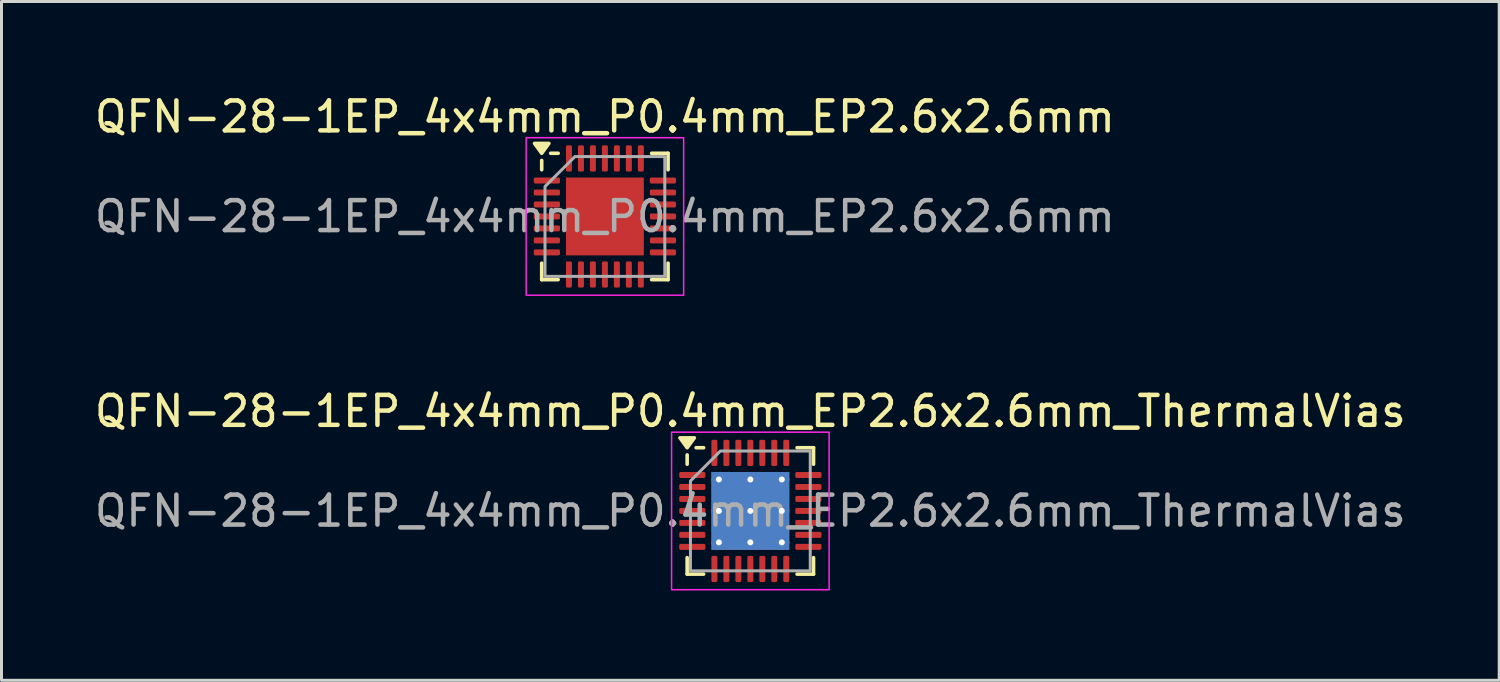
<source format=kicad_pcb>
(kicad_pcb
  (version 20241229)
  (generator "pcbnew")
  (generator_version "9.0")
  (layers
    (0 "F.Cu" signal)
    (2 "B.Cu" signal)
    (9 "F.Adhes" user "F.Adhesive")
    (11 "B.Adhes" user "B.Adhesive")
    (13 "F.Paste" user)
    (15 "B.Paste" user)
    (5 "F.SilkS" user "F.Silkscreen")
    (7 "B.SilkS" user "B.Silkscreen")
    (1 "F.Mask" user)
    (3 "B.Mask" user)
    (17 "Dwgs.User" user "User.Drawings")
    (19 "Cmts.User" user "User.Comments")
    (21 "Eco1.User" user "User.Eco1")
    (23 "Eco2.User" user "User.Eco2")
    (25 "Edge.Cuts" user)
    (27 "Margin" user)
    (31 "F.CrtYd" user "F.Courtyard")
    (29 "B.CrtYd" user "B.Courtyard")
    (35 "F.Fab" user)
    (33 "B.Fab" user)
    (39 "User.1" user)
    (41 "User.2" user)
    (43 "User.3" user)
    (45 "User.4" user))
  (footprint "QFN-28-1EP_4x4mm_P0.4mm_EP2.6x2.6mm_ThermalVias"
    (layer "F.Cu")
    (at 22.006 14.011)
    (property "Reference" "QFN-28-1EP_4x4mm_P0.4mm_EP2.6x2.6mm_ThermalVias" (at 0 -3.33 0) (layer "F.SilkS") (effects (font (size 1 1) (thickness 0.15))))
    (attr smd)
    (fp_line (start -2.11 -1.56) (end -2.11 -1.87) (stroke (width 0.12) (type solid)) (layer "F.SilkS"))
    (fp_line (start -2.11 2.11) (end -2.11 1.56) (stroke (width 0.12) (type solid)) (layer "F.SilkS"))
    (fp_line (start -1.56 -2.11) (end -1.81 -2.11) (stroke (width 0.12) (type solid)) (layer "F.SilkS"))
    (fp_line (start -1.56 2.11) (end -2.11 2.11) (stroke (width 0.12) (type solid)) (layer "F.SilkS"))
    (fp_line (start 1.56 -2.11) (end 2.11 -2.11) (stroke (width 0.12) (type solid)) (layer "F.SilkS"))
    (fp_line (start 1.56 2.11) (end 2.11 2.11) (stroke (width 0.12) (type solid)) (layer "F.SilkS"))
    (fp_line (start 2.11 -2.11) (end 2.11 -1.56) (stroke (width 0.12) (type solid)) (layer "F.SilkS"))
    (fp_line (start 2.11 2.11) (end 2.11 1.56) (stroke (width 0.12) (type solid)) (layer "F.SilkS"))
    (fp_poly (pts (xy -2.11 -2.11) (xy -2.35 -2.44) (xy -1.87 -2.44)) (stroke (width 0.12) (type solid)) (fill yes) (layer "F.SilkS"))
    (fp_rect (start -2.63 -2.63) (end 2.63 2.63) (stroke (width 0.05) (type solid)) (fill no) (layer "F.CrtYd"))
    (fp_poly (pts (xy -2 -1) (xy -2 2) (xy 2 2) (xy 2 -2) (xy -1 -2)) (stroke (width 0.1) (type solid)) (fill no) (layer "F.Fab"))
    (fp_text user "${REFERENCE}" (at 0 0 0) (layer "F.Fab") (effects (font (size 1 1) (thickness 0.15))))
    (pad "" smd roundrect (at -0.65 -0.65) (size 1.13 1.13) (layers "F.Paste") (roundrect_rratio 0.221))
    (pad "" smd roundrect (at -0.65 0.65) (size 1.13 1.13) (layers "F.Paste") (roundrect_rratio 0.221))
    (pad "" smd roundrect (at 0.65 -0.65) (size 1.13 1.13) (layers "F.Paste") (roundrect_rratio 0.221))
    (pad "" smd roundrect (at 0.65 0.65) (size 1.13 1.13) (layers "F.Paste") (roundrect_rratio 0.221))
    (pad "1" smd roundrect (at -1.938 -1.2) (size 0.875 0.2) (layers "F.Cu" "F.Mask" "F.Paste") (roundrect_rratio 0.25))
    (pad "2" smd roundrect (at -1.938 -0.8) (size 0.875 0.2) (layers "F.Cu" "F.Mask" "F.Paste") (roundrect_rratio 0.25))
    (pad "3" smd roundrect (at -1.938 -0.4) (size 0.875 0.2) (layers "F.Cu" "F.Mask" "F.Paste") (roundrect_rratio 0.25))
    (pad "4" smd roundrect (at -1.938 0) (size 0.875 0.2) (layers "F.Cu" "F.Mask" "F.Paste") (roundrect_rratio 0.25))
    (pad "5" smd roundrect (at -1.938 0.4) (size 0.875 0.2) (layers "F.Cu" "F.Mask" "F.Paste") (roundrect_rratio 0.25))
    (pad "6" smd roundrect (at -1.938 0.8) (size 0.875 0.2) (layers "F.Cu" "F.Mask" "F.Paste") (roundrect_rratio 0.25))
    (pad "7" smd roundrect (at -1.938 1.2) (size 0.875 0.2) (layers "F.Cu" "F.Mask" "F.Paste") (roundrect_rratio 0.25))
    (pad "8" smd roundrect (at -1.2 1.938) (size 0.2 0.875) (layers "F.Cu" "F.Mask" "F.Paste") (roundrect_rratio 0.25))
    (pad "9" smd roundrect (at -0.8 1.938) (size 0.2 0.875) (layers "F.Cu" "F.Mask" "F.Paste") (roundrect_rratio 0.25))
    (pad "10" smd roundrect (at -0.4 1.938) (size 0.2 0.875) (layers "F.Cu" "F.Mask" "F.Paste") (roundrect_rratio 0.25))
    (pad "11" smd roundrect (at 0 1.938) (size 0.2 0.875) (layers "F.Cu" "F.Mask" "F.Paste") (roundrect_rratio 0.25))
    (pad "12" smd roundrect (at 0.4 1.938) (size 0.2 0.875) (layers "F.Cu" "F.Mask" "F.Paste") (roundrect_rratio 0.25))
    (pad "13" smd roundrect (at 0.8 1.938) (size 0.2 0.875) (layers "F.Cu" "F.Mask" "F.Paste") (roundrect_rratio 0.25))
    (pad "14" smd roundrect (at 1.2 1.938) (size 0.2 0.875) (layers "F.Cu" "F.Mask" "F.Paste") (roundrect_rratio 0.25))
    (pad "15" smd roundrect (at 1.938 1.2) (size 0.875 0.2) (layers "F.Cu" "F.Mask" "F.Paste") (roundrect_rratio 0.25))
    (pad "16" smd roundrect (at 1.938 0.8) (size 0.875 0.2) (layers "F.Cu" "F.Mask" "F.Paste") (roundrect_rratio 0.25))
    (pad "17" smd roundrect (at 1.938 0.4) (size 0.875 0.2) (layers "F.Cu" "F.Mask" "F.Paste") (roundrect_rratio 0.25))
    (pad "18" smd roundrect (at 1.938 0) (size 0.875 0.2) (layers "F.Cu" "F.Mask" "F.Paste") (roundrect_rratio 0.25))
    (pad "19" smd roundrect (at 1.938 -0.4) (size 0.875 0.2) (layers "F.Cu" "F.Mask" "F.Paste") (roundrect_rratio 0.25))
    (pad "20" smd roundrect (at 1.938 -0.8) (size 0.875 0.2) (layers "F.Cu" "F.Mask" "F.Paste") (roundrect_rratio 0.25))
    (pad "21" smd roundrect (at 1.938 -1.2) (size 0.875 0.2) (layers "F.Cu" "F.Mask" "F.Paste") (roundrect_rratio 0.25))
    (pad "22" smd roundrect (at 1.2 -1.938) (size 0.2 0.875) (layers "F.Cu" "F.Mask" "F.Paste") (roundrect_rratio 0.25))
    (pad "23" smd roundrect (at 0.8 -1.938) (size 0.2 0.875) (layers "F.Cu" "F.Mask" "F.Paste") (roundrect_rratio 0.25))
    (pad "24" smd roundrect (at 0.4 -1.938) (size 0.2 0.875) (layers "F.Cu" "F.Mask" "F.Paste") (roundrect_rratio 0.25))
    (pad "25" smd roundrect (at 0 -1.938) (size 0.2 0.875) (layers "F.Cu" "F.Mask" "F.Paste") (roundrect_rratio 0.25))
    (pad "26" smd roundrect (at -0.4 -1.938) (size 0.2 0.875) (layers "F.Cu" "F.Mask" "F.Paste") (roundrect_rratio 0.25))
    (pad "27" smd roundrect (at -0.8 -1.938) (size 0.2 0.875) (layers "F.Cu" "F.Mask" "F.Paste") (roundrect_rratio 0.25))
    (pad "28" smd roundrect (at -1.2 -1.938) (size 0.2 0.875) (layers "F.Cu" "F.Mask" "F.Paste") (roundrect_rratio 0.25))
    (pad "29" thru_hole circle (at -1.05 -1.05) (size 0.5 0.5) (drill 0.2) (property pad_prop_heatsink) (layers "*.Cu"))
    (pad "29" thru_hole circle (at -1.05 0) (size 0.5 0.5) (drill 0.2) (property pad_prop_heatsink) (layers "*.Cu"))
    (pad "29" thru_hole circle (at -1.05 1.05) (size 0.5 0.5) (drill 0.2) (property pad_prop_heatsink) (layers "*.Cu"))
    (pad "29" thru_hole circle (at 0 -1.05) (size 0.5 0.5) (drill 0.2) (property pad_prop_heatsink) (layers "*.Cu"))
    (pad "29" thru_hole circle (at 0 0) (size 0.5 0.5) (drill 0.2) (property pad_prop_heatsink) (layers "*.Cu"))
    (pad "29" smd rect (at 0 0) (size 2.6 2.6) (property pad_prop_heatsink) (layers "F.Cu" "F.Mask"))
    (pad "29" smd rect (at 0 0) (size 2.6 2.6) (property pad_prop_heatsink) (layers "B.Cu"))
    (pad "29" thru_hole circle (at 0 1.05) (size 0.5 0.5) (drill 0.2) (property pad_prop_heatsink) (layers "*.Cu"))
    (pad "29" thru_hole circle (at 1.05 -1.05) (size 0.5 0.5) (drill 0.2) (property pad_prop_heatsink) (layers "*.Cu"))
    (pad "29" thru_hole circle (at 1.05 0) (size 0.5 0.5) (drill 0.2) (property pad_prop_heatsink) (layers "*.Cu"))
    (pad "29" thru_hole circle (at 1.05 1.05) (size 0.5 0.5) (drill 0.2) (property pad_prop_heatsink) (layers "*.Cu")))
  (footprint "QFN-28-1EP_4x4mm_P0.4mm_EP2.6x2.6mm"
    (layer "F.Cu")
    (at 17.149 4.178)
    (property "Reference" "QFN-28-1EP_4x4mm_P0.4mm_EP2.6x2.6mm" (at 0 -3.33 0) (layer "F.SilkS") (effects (font (size 1 1) (thickness 0.15))))
    (attr smd)
    (fp_line (start -2.11 -1.56) (end -2.11 -1.87) (stroke (width 0.12) (type solid)) (layer "F.SilkS"))
    (fp_line (start -2.11 2.11) (end -2.11 1.56) (stroke (width 0.12) (type solid)) (layer "F.SilkS"))
    (fp_line (start -1.56 -2.11) (end -1.81 -2.11) (stroke (width 0.12) (type solid)) (layer "F.SilkS"))
    (fp_line (start -1.56 2.11) (end -2.11 2.11) (stroke (width 0.12) (type solid)) (layer "F.SilkS"))
    (fp_line (start 1.56 -2.11) (end 2.11 -2.11) (stroke (width 0.12) (type solid)) (layer "F.SilkS"))
    (fp_line (start 1.56 2.11) (end 2.11 2.11) (stroke (width 0.12) (type solid)) (layer "F.SilkS"))
    (fp_line (start 2.11 -2.11) (end 2.11 -1.56) (stroke (width 0.12) (type solid)) (layer "F.SilkS"))
    (fp_line (start 2.11 2.11) (end 2.11 1.56) (stroke (width 0.12) (type solid)) (layer "F.SilkS"))
    (fp_poly (pts (xy -2.11 -2.11) (xy -2.35 -2.44) (xy -1.87 -2.44)) (stroke (width 0.12) (type solid)) (fill yes) (layer "F.SilkS"))
    (fp_rect (start -2.63 -2.63) (end 2.63 2.63) (stroke (width 0.05) (type solid)) (fill no) (layer "F.CrtYd"))
    (fp_poly (pts (xy -2 -1) (xy -2 2) (xy 2 2) (xy 2 -2) (xy -1 -2)) (stroke (width 0.1) (type solid)) (fill no) (layer "F.Fab"))
    (fp_text user "${REFERENCE}" (at 0 0 0) (layer "F.Fab") (effects (font (size 1 1) (thickness 0.15))))
    (pad "" smd roundrect (at -0.65 -0.65) (size 1.05 1.05) (layers "F.Paste") (roundrect_rratio 0.238))
    (pad "" smd roundrect (at -0.65 0.65) (size 1.05 1.05) (layers "F.Paste") (roundrect_rratio 0.238))
    (pad "" smd roundrect (at 0.65 -0.65) (size 1.05 1.05) (layers "F.Paste") (roundrect_rratio 0.238))
    (pad "" smd roundrect (at 0.65 0.65) (size 1.05 1.05) (layers "F.Paste") (roundrect_rratio 0.238))
    (pad "1" smd roundrect (at -1.938 -1.2) (size 0.875 0.2) (layers "F.Cu" "F.Mask" "F.Paste") (roundrect_rratio 0.25))
    (pad "2" smd roundrect (at -1.938 -0.8) (size 0.875 0.2) (layers "F.Cu" "F.Mask" "F.Paste") (roundrect_rratio 0.25))
    (pad "3" smd roundrect (at -1.938 -0.4) (size 0.875 0.2) (layers "F.Cu" "F.Mask" "F.Paste") (roundrect_rratio 0.25))
    (pad "4" smd roundrect (at -1.938 0) (size 0.875 0.2) (layers "F.Cu" "F.Mask" "F.Paste") (roundrect_rratio 0.25))
    (pad "5" smd roundrect (at -1.938 0.4) (size 0.875 0.2) (layers "F.Cu" "F.Mask" "F.Paste") (roundrect_rratio 0.25))
    (pad "6" smd roundrect (at -1.938 0.8) (size 0.875 0.2) (layers "F.Cu" "F.Mask" "F.Paste") (roundrect_rratio 0.25))
    (pad "7" smd roundrect (at -1.938 1.2) (size 0.875 0.2) (layers "F.Cu" "F.Mask" "F.Paste") (roundrect_rratio 0.25))
    (pad "8" smd roundrect (at -1.2 1.938) (size 0.2 0.875) (layers "F.Cu" "F.Mask" "F.Paste") (roundrect_rratio 0.25))
    (pad "9" smd roundrect (at -0.8 1.938) (size 0.2 0.875) (layers "F.Cu" "F.Mask" "F.Paste") (roundrect_rratio 0.25))
    (pad "10" smd roundrect (at -0.4 1.938) (size 0.2 0.875) (layers "F.Cu" "F.Mask" "F.Paste") (roundrect_rratio 0.25))
    (pad "11" smd roundrect (at 0 1.938) (size 0.2 0.875) (layers "F.Cu" "F.Mask" "F.Paste") (roundrect_rratio 0.25))
    (pad "12" smd roundrect (at 0.4 1.938) (size 0.2 0.875) (layers "F.Cu" "F.Mask" "F.Paste") (roundrect_rratio 0.25))
    (pad "13" smd roundrect (at 0.8 1.938) (size 0.2 0.875) (layers "F.Cu" "F.Mask" "F.Paste") (roundrect_rratio 0.25))
    (pad "14" smd roundrect (at 1.2 1.938) (size 0.2 0.875) (layers "F.Cu" "F.Mask" "F.Paste") (roundrect_rratio 0.25))
    (pad "15" smd roundrect (at 1.938 1.2) (size 0.875 0.2) (layers "F.Cu" "F.Mask" "F.Paste") (roundrect_rratio 0.25))
    (pad "16" smd roundrect (at 1.938 0.8) (size 0.875 0.2) (layers "F.Cu" "F.Mask" "F.Paste") (roundrect_rratio 0.25))
    (pad "17" smd roundrect (at 1.938 0.4) (size 0.875 0.2) (layers "F.Cu" "F.Mask" "F.Paste") (roundrect_rratio 0.25))
    (pad "18" smd roundrect (at 1.938 0) (size 0.875 0.2) (layers "F.Cu" "F.Mask" "F.Paste") (roundrect_rratio 0.25))
    (pad "19" smd roundrect (at 1.938 -0.4) (size 0.875 0.2) (layers "F.Cu" "F.Mask" "F.Paste") (roundrect_rratio 0.25))
    (pad "20" smd roundrect (at 1.938 -0.8) (size 0.875 0.2) (layers "F.Cu" "F.Mask" "F.Paste") (roundrect_rratio 0.25))
    (pad "21" smd roundrect (at 1.938 -1.2) (size 0.875 0.2) (layers "F.Cu" "F.Mask" "F.Paste") (roundrect_rratio 0.25))
    (pad "22" smd roundrect (at 1.2 -1.938) (size 0.2 0.875) (layers "F.Cu" "F.Mask" "F.Paste") (roundrect_rratio 0.25))
    (pad "23" smd roundrect (at 0.8 -1.938) (size 0.2 0.875) (layers "F.Cu" "F.Mask" "F.Paste") (roundrect_rratio 0.25))
    (pad "24" smd roundrect (at 0.4 -1.938) (size 0.2 0.875) (layers "F.Cu" "F.Mask" "F.Paste") (roundrect_rratio 0.25))
    (pad "25" smd roundrect (at 0 -1.938) (size 0.2 0.875) (layers "F.Cu" "F.Mask" "F.Paste") (roundrect_rratio 0.25))
    (pad "26" smd roundrect (at -0.4 -1.938) (size 0.2 0.875) (layers "F.Cu" "F.Mask" "F.Paste") (roundrect_rratio 0.25))
    (pad "27" smd roundrect (at -0.8 -1.938) (size 0.2 0.875) (layers "F.Cu" "F.Mask" "F.Paste") (roundrect_rratio 0.25))
    (pad "28" smd roundrect (at -1.2 -1.938) (size 0.2 0.875) (layers "F.Cu" "F.Mask" "F.Paste") (roundrect_rratio 0.25))
    (pad "29" smd rect (at 0 0) (size 2.6 2.6) (property pad_prop_heatsink) (layers "F.Cu" "F.Mask")))
  (gr_rect
    (start -3 -3)
    (end 47.012 19.666)
    (stroke (width 0.1) (type default))
    (fill no)
    (layer "Edge.Cuts")))
</source>
